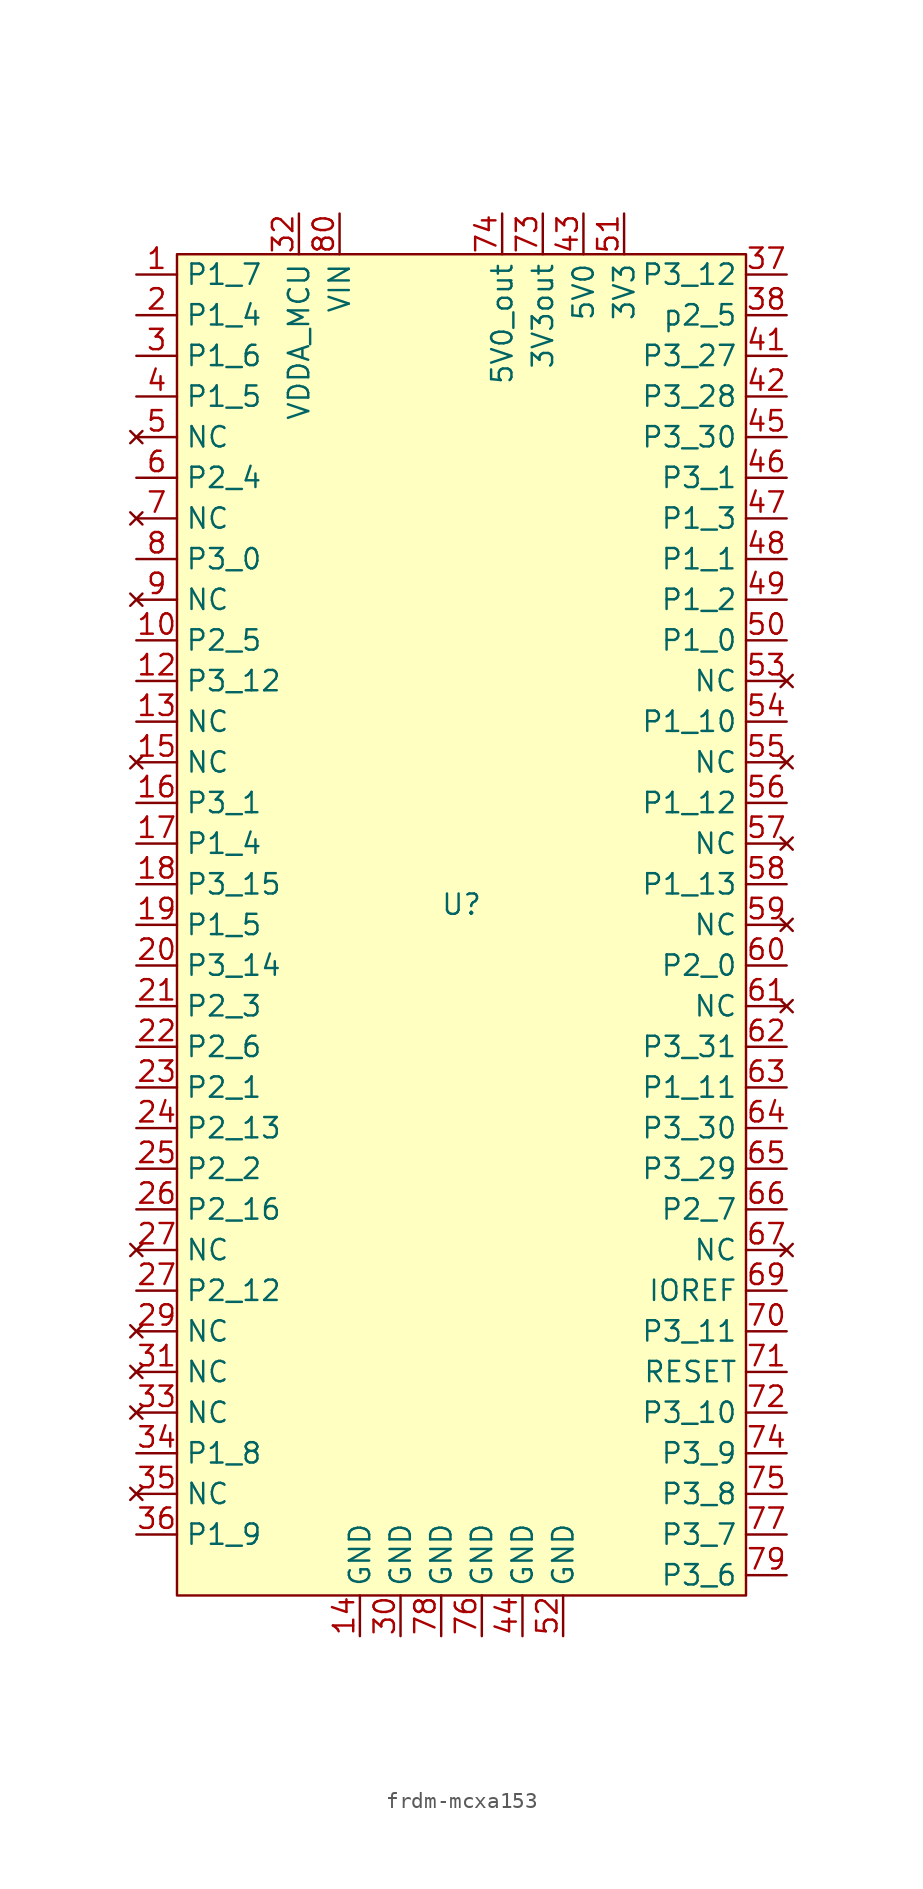
<source format=kicad_sym>
(kicad_symbol_lib
  (version 20231120)
  (generator "kicad_symbol_editor")
  (generator_version "8.0")
  (symbol "frdm-mcxa153"
    (property "Reference" "U"
      (at 0 1.27 0)
      (effects (font (size 1.27 1.27))))
    (property "Value" ""
      (at -0.508 1.27 0)
      (effects (font (size 1.27 1.27))))
    (symbol "frdm-mcxa153_1_1"
      (rectangle (start -17.78 41.91) (end 17.78 -41.91) (stroke (width 0) (type default)) (fill (type background)))
      (pin bidirectional line (at -20.32 40.64 0) (length 2.54) (name "P1_7" (effects (font (size 1.27 1.27)))) (number "1" (effects (font (size 1.27 1.27)))))
      (pin bidirectional line (at -20.32 17.78 0) (length 2.54) (name "P2_5" (effects (font (size 1.27 1.27)))) (number "10" (effects (font (size 1.27 1.27)))))
      (pin bidirectional line (at -20.32 15.24 0) (length 2.54) (name "P3_12" (effects (font (size 1.27 1.27)))) (number "12" (effects (font (size 1.27 1.27)))))
      (pin bidirectional line (at -20.32 12.7 0) (length 2.54) (name "NC" (effects (font (size 1.27 1.27)))) (number "13" (effects (font (size 1.27 1.27)))))
      (pin power_in line (at -6.35 -44.45 90) (length 2.54) (name "GND" (effects (font (size 1.27 1.27)))) (number "14" (effects (font (size 1.27 1.27)))))
      (pin no_connect line (at -20.32 10.16 0) (length 2.54) (name "NC" (effects (font (size 1.27 1.27)))) (number "15" (effects (font (size 1.27 1.27)))))
      (pin bidirectional line (at -20.32 7.62 0) (length 2.54) (name "P3_1" (effects (font (size 1.27 1.27)))) (number "16" (effects (font (size 1.27 1.27)))))
      (pin bidirectional line (at -20.32 5.08 0) (length 2.54) (name "P1_4" (effects (font (size 1.27 1.27)))) (number "17" (effects (font (size 1.27 1.27)))))
      (pin bidirectional line (at -20.32 2.54 0) (length 2.54) (name "P3_15" (effects (font (size 1.27 1.27)))) (number "18" (effects (font (size 1.27 1.27)))))
      (pin bidirectional line (at -20.32 0 0) (length 2.54) (name "P1_5" (effects (font (size 1.27 1.27)))) (number "19" (effects (font (size 1.27 1.27)))))
      (pin bidirectional line (at -20.32 38.1 0) (length 2.54) (name "P1_4" (effects (font (size 1.27 1.27)))) (number "2" (effects (font (size 1.27 1.27)))))
      (pin bidirectional line (at -20.32 -2.54 0) (length 2.54) (name "P3_14" (effects (font (size 1.27 1.27)))) (number "20" (effects (font (size 1.27 1.27)))))
      (pin bidirectional line (at -20.32 -5.08 0) (length 2.54) (name "P2_3" (effects (font (size 1.27 1.27)))) (number "21" (effects (font (size 1.27 1.27)))))
      (pin bidirectional line (at -20.32 -7.62 0) (length 2.54) (name "P2_6" (effects (font (size 1.27 1.27)))) (number "22" (effects (font (size 1.27 1.27)))))
      (pin bidirectional line (at -20.32 -10.16 0) (length 2.54) (name "P2_1" (effects (font (size 1.27 1.27)))) (number "23" (effects (font (size 1.27 1.27)))))
      (pin bidirectional line (at -20.32 -12.7 0) (length 2.54) (name "P2_13" (effects (font (size 1.27 1.27)))) (number "24" (effects (font (size 1.27 1.27)))))
      (pin bidirectional line (at -20.32 -15.24 0) (length 2.54) (name "P2_2" (effects (font (size 1.27 1.27)))) (number "25" (effects (font (size 1.27 1.27)))))
      (pin bidirectional line (at -20.32 -17.78 0) (length 2.54) (name "P2_16" (effects (font (size 1.27 1.27)))) (number "26" (effects (font (size 1.27 1.27)))))
      (pin no_connect line (at -20.32 -20.32 0) (length 2.54) (name "NC" (effects (font (size 1.27 1.27)))) (number "27" (effects (font (size 1.27 1.27)))))
      (pin bidirectional line (at -20.32 -22.86 0) (length 2.54) (name "P2_12" (effects (font (size 1.27 1.27)))) (number "27" (effects (font (size 1.27 1.27)))))
      (pin no_connect line (at -20.32 -25.4 0) (length 2.54) (name "NC" (effects (font (size 1.27 1.27)))) (number "29" (effects (font (size 1.27 1.27)))))
      (pin bidirectional line (at -20.32 35.56 0) (length 2.54) (name "P1_6" (effects (font (size 1.27 1.27)))) (number "3" (effects (font (size 1.27 1.27)))))
      (pin power_in line (at -3.81 -44.45 90) (length 2.54) (name "GND" (effects (font (size 1.27 1.27)))) (number "30" (effects (font (size 1.27 1.27)))))
      (pin no_connect line (at -20.32 -27.94 0) (length 2.54) (name "NC" (effects (font (size 1.27 1.27)))) (number "31" (effects (font (size 1.27 1.27)))))
      (pin power_in line (at -10.16 44.45 270) (length 2.54) (name "VDDA_MCU" (effects (font (size 1.27 1.27)))) (number "32" (effects (font (size 1.27 1.27)))))
      (pin no_connect line (at -20.32 -30.48 0) (length 2.54) (name "NC" (effects (font (size 1.27 1.27)))) (number "33" (effects (font (size 1.27 1.27)))))
      (pin bidirectional line (at -20.32 -33.02 0) (length 2.54) (name "P1_8" (effects (font (size 1.27 1.27)))) (number "34" (effects (font (size 1.27 1.27)))))
      (pin no_connect line (at -20.32 -35.56 0) (length 2.54) (name "NC" (effects (font (size 1.27 1.27)))) (number "35" (effects (font (size 1.27 1.27)))))
      (pin bidirectional line (at -20.32 -38.1 0) (length 2.54) (name "P1_9" (effects (font (size 1.27 1.27)))) (number "36" (effects (font (size 1.27 1.27)))))
      (pin bidirectional line (at 20.32 40.64 180) (length 2.54) (name "P3_12" (effects (font (size 1.27 1.27)))) (number "37" (effects (font (size 1.27 1.27)))))
      (pin bidirectional line (at 20.32 38.1 180) (length 2.54) (name "p2_5" (effects (font (size 1.27 1.27)))) (number "38" (effects (font (size 1.27 1.27)))))
      (pin bidirectional line (at -20.32 -2.54 0) (length 2.54) hide (name "P3_14" (effects (font (size 1.27 1.27)))) (number "39" (effects (font (size 1.27 1.27)))))
      (pin bidirectional line (at -20.32 33.02 0) (length 2.54) (name "P1_5" (effects (font (size 1.27 1.27)))) (number "4" (effects (font (size 1.27 1.27)))))
      (pin bidirectional line (at -20.32 2.54 0) (length 2.54) hide (name "P3_15" (effects (font (size 1.27 1.27)))) (number "40" (effects (font (size 1.27 1.27)))))
      (pin bidirectional line (at 20.32 35.56 180) (length 2.54) (name "P3_27" (effects (font (size 1.27 1.27)))) (number "41" (effects (font (size 1.27 1.27)))))
      (pin bidirectional line (at 20.32 33.02 180) (length 2.54) (name "P3_28" (effects (font (size 1.27 1.27)))) (number "42" (effects (font (size 1.27 1.27)))))
      (pin power_out line (at 7.62 44.45 270) (length 2.54) (name "5V0" (effects (font (size 1.27 1.27)))) (number "43" (effects (font (size 1.27 1.27)))))
      (pin power_in line (at 3.81 -44.45 90) (length 2.54) (name "GND" (effects (font (size 1.27 1.27)))) (number "44" (effects (font (size 1.27 1.27)))))
      (pin bidirectional line (at 20.32 30.48 180) (length 2.54) (name "P3_30" (effects (font (size 1.27 1.27)))) (number "45" (effects (font (size 1.27 1.27)))))
      (pin bidirectional line (at 20.32 27.94 180) (length 2.54) (name "P3_1" (effects (font (size 1.27 1.27)))) (number "46" (effects (font (size 1.27 1.27)))))
      (pin bidirectional line (at 20.32 25.4 180) (length 2.54) (name "P1_3" (effects (font (size 1.27 1.27)))) (number "47" (effects (font (size 1.27 1.27)))))
      (pin bidirectional line (at 20.32 22.86 180) (length 2.54) (name "P1_1" (effects (font (size 1.27 1.27)))) (number "48" (effects (font (size 1.27 1.27)))))
      (pin bidirectional line (at 20.32 20.32 180) (length 2.54) (name "P1_2" (effects (font (size 1.27 1.27)))) (number "49" (effects (font (size 1.27 1.27)))))
      (pin no_connect line (at -20.32 30.48 0) (length 2.54) (name "NC" (effects (font (size 1.27 1.27)))) (number "5" (effects (font (size 1.27 1.27)))))
      (pin bidirectional line (at 20.32 17.78 180) (length 2.54) (name "P1_0" (effects (font (size 1.27 1.27)))) (number "50" (effects (font (size 1.27 1.27)))))
      (pin output line (at 10.16 44.45 270) (length 2.54) (name "3V3" (effects (font (size 1.27 1.27)))) (number "51" (effects (font (size 1.27 1.27)))))
      (pin power_in line (at 6.35 -44.45 90) (length 2.54) (name "GND" (effects (font (size 1.27 1.27)))) (number "52" (effects (font (size 1.27 1.27)))))
      (pin no_connect line (at 20.32 15.24 180) (length 2.54) (name "NC" (effects (font (size 1.27 1.27)))) (number "53" (effects (font (size 1.27 1.27)))))
      (pin bidirectional line (at 20.32 12.7 180) (length 2.54) (name "P1_10" (effects (font (size 1.27 1.27)))) (number "54" (effects (font (size 1.27 1.27)))))
      (pin no_connect line (at 20.32 10.16 180) (length 2.54) (name "NC" (effects (font (size 1.27 1.27)))) (number "55" (effects (font (size 1.27 1.27)))))
      (pin bidirectional line (at 20.32 7.62 180) (length 2.54) (name "P1_12" (effects (font (size 1.27 1.27)))) (number "56" (effects (font (size 1.27 1.27)))))
      (pin no_connect line (at 20.32 5.08 180) (length 2.54) (name "NC" (effects (font (size 1.27 1.27)))) (number "57" (effects (font (size 1.27 1.27)))))
      (pin bidirectional line (at 20.32 2.54 180) (length 2.54) (name "P1_13" (effects (font (size 1.27 1.27)))) (number "58" (effects (font (size 1.27 1.27)))))
      (pin no_connect line (at 20.32 0 180) (length 2.54) (name "NC" (effects (font (size 1.27 1.27)))) (number "59" (effects (font (size 1.27 1.27)))))
      (pin bidirectional line (at -20.32 27.94 0) (length 2.54) (name "P2_4" (effects (font (size 1.27 1.27)))) (number "6" (effects (font (size 1.27 1.27)))))
      (pin bidirectional line (at 20.32 -2.54 180) (length 2.54) (name "P2_0" (effects (font (size 1.27 1.27)))) (number "60" (effects (font (size 1.27 1.27)))))
      (pin no_connect line (at 20.32 -5.08 180) (length 2.54) (name "NC" (effects (font (size 1.27 1.27)))) (number "61" (effects (font (size 1.27 1.27)))))
      (pin bidirectional line (at 20.32 -7.62 180) (length 2.54) (name "P3_31" (effects (font (size 1.27 1.27)))) (number "62" (effects (font (size 1.27 1.27)))))
      (pin bidirectional line (at 20.32 -10.16 180) (length 2.54) (name "P1_11" (effects (font (size 1.27 1.27)))) (number "63" (effects (font (size 1.27 1.27)))))
      (pin bidirectional line (at 20.32 -12.7 180) (length 2.54) (name "P3_30" (effects (font (size 1.27 1.27)))) (number "64" (effects (font (size 1.27 1.27)))))
      (pin bidirectional line (at 20.32 -15.24 180) (length 2.54) (name "P3_29" (effects (font (size 1.27 1.27)))) (number "65" (effects (font (size 1.27 1.27)))))
      (pin bidirectional line (at 20.32 -17.78 180) (length 2.54) (name "P2_7" (effects (font (size 1.27 1.27)))) (number "66" (effects (font (size 1.27 1.27)))))
      (pin no_connect line (at 20.32 -20.32 180) (length 2.54) (name "NC" (effects (font (size 1.27 1.27)))) (number "67" (effects (font (size 1.27 1.27)))))
      (pin bidirectional line (at 20.32 -17.78 180) (length 2.54) hide (name "P3_31" (effects (font (size 1.27 1.27)))) (number "68" (effects (font (size 1.27 1.27)))))
      (pin power_in line (at 20.32 -22.86 180) (length 2.54) (name "IOREF" (effects (font (size 1.27 1.27)))) (number "69" (effects (font (size 1.27 1.27)))))
      (pin no_connect line (at -20.32 25.4 0) (length 2.54) (name "NC" (effects (font (size 1.27 1.27)))) (number "7" (effects (font (size 1.27 1.27)))))
      (pin bidirectional line (at 20.32 -25.4 180) (length 2.54) (name "P3_11" (effects (font (size 1.27 1.27)))) (number "70" (effects (font (size 1.27 1.27)))))
      (pin input line (at 20.32 -27.94 180) (length 2.54) (name "RESET" (effects (font (size 1.27 1.27)))) (number "71" (effects (font (size 1.27 1.27)))))
      (pin bidirectional line (at 20.32 -30.48 180) (length 2.54) (name "P3_10" (effects (font (size 1.27 1.27)))) (number "72" (effects (font (size 1.27 1.27)))))
      (pin power_out line (at 5.08 44.45 270) (length 2.54) (name "3V3out" (effects (font (size 1.27 1.27)))) (number "73" (effects (font (size 1.27 1.27)))))
      (pin power_out line (at 2.54 44.45 270) (length 2.54) (name "5V0_out" (effects (font (size 1.27 1.27)))) (number "74" (effects (font (size 1.27 1.27)))))
      (pin bidirectional line (at 20.32 -33.02 180) (length 2.54) (name "P3_9" (effects (font (size 1.27 1.27)))) (number "74" (effects (font (size 1.27 1.27)))))
      (pin bidirectional line (at 20.32 -35.56 180) (length 2.54) (name "P3_8" (effects (font (size 1.27 1.27)))) (number "75" (effects (font (size 1.27 1.27)))))
      (pin power_in line (at 1.27 -44.45 90) (length 2.54) (name "GND" (effects (font (size 1.27 1.27)))) (number "76" (effects (font (size 1.27 1.27)))))
      (pin bidirectional line (at 20.32 -38.1 180) (length 2.54) (name "P3_7" (effects (font (size 1.27 1.27)))) (number "77" (effects (font (size 1.27 1.27)))))
      (pin power_in line (at -1.27 -44.45 90) (length 2.54) (name "GND" (effects (font (size 1.27 1.27)))) (number "78" (effects (font (size 1.27 1.27)))))
      (pin bidirectional line (at 20.32 -40.64 180) (length 2.54) (name "P3_6" (effects (font (size 1.27 1.27)))) (number "79" (effects (font (size 1.27 1.27)))))
      (pin bidirectional line (at -20.32 22.86 0) (length 2.54) (name "P3_0" (effects (font (size 1.27 1.27)))) (number "8" (effects (font (size 1.27 1.27)))))
      (pin power_in line (at -7.62 44.45 270) (length 2.54) (name "VIN" (effects (font (size 1.27 1.27)))) (number "80" (effects (font (size 1.27 1.27)))))
      (pin no_connect line (at -20.32 20.32 0) (length 2.54) (name "NC" (effects (font (size 1.27 1.27)))) (number "9" (effects (font (size 1.27 1.27))))))))
</source>
